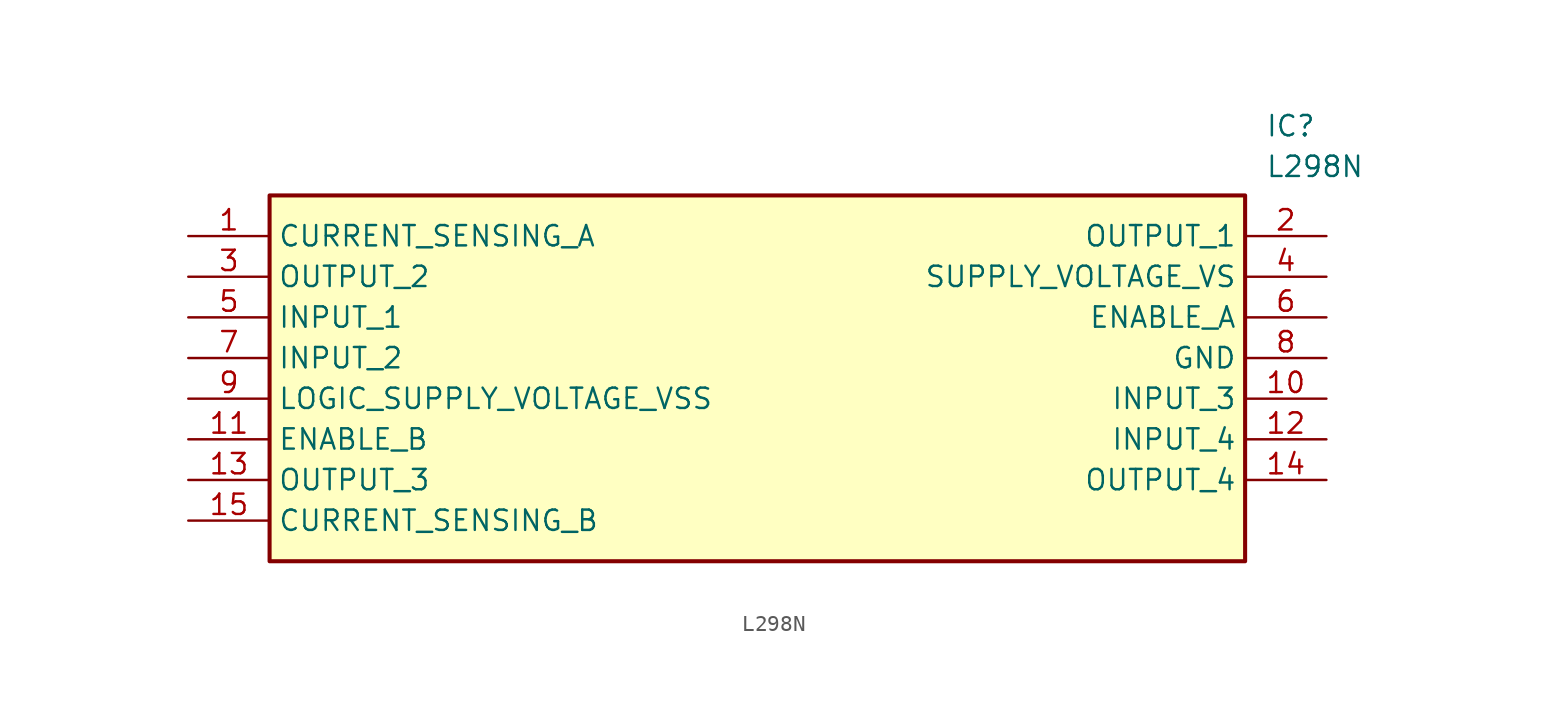
<source format=kicad_sym>
(kicad_symbol_lib
  (version 20211014)
  (generator SamacSys_ECAD_Model)
  (symbol "L298N"
    (property "Reference" "IC"
      (at 67.31 7.62 0)
      (effects (font (size 1.27 1.27)) (justify left top)))
    (property "Value" "L298N"
      (at 67.31 5.08 0)
      (effects (font (size 1.27 1.27)) (justify left top)))
    (rectangle
      (start 5.08 2.54)
      (end 66.04 -20.32)
      (stroke (width 0.254) (type default))
      (fill (type background)))
    (pin passive line
      (at 0 0 0)
      (length 5.08)
      (name "CURRENT_SENSING_A" (effects (font (size 1.27 1.27))))
      (number "1" (effects (font (size 1.27 1.27)))))
    (pin passive line
      (at 71.12 0 180)
      (length 5.08)
      (name "OUTPUT_1" (effects (font (size 1.27 1.27))))
      (number "2" (effects (font (size 1.27 1.27)))))
    (pin passive line
      (at 0 -2.54 0)
      (length 5.08)
      (name "OUTPUT_2" (effects (font (size 1.27 1.27))))
      (number "3" (effects (font (size 1.27 1.27)))))
    (pin passive line
      (at 71.12 -2.54 180)
      (length 5.08)
      (name "SUPPLY_VOLTAGE_VS" (effects (font (size 1.27 1.27))))
      (number "4" (effects (font (size 1.27 1.27)))))
    (pin passive line
      (at 0 -5.08 0)
      (length 5.08)
      (name "INPUT_1" (effects (font (size 1.27 1.27))))
      (number "5" (effects (font (size 1.27 1.27)))))
    (pin passive line
      (at 71.12 -5.08 180)
      (length 5.08)
      (name "ENABLE_A" (effects (font (size 1.27 1.27))))
      (number "6" (effects (font (size 1.27 1.27)))))
    (pin passive line
      (at 0 -7.62 0)
      (length 5.08)
      (name "INPUT_2" (effects (font (size 1.27 1.27))))
      (number "7" (effects (font (size 1.27 1.27)))))
    (pin passive line
      (at 71.12 -7.62 180)
      (length 5.08)
      (name "GND" (effects (font (size 1.27 1.27))))
      (number "8" (effects (font (size 1.27 1.27)))))
    (pin passive line
      (at 0 -10.16 0)
      (length 5.08)
      (name "LOGIC_SUPPLY_VOLTAGE_VSS" (effects (font (size 1.27 1.27))))
      (number "9" (effects (font (size 1.27 1.27)))))
    (pin passive line
      (at 71.12 -10.16 180)
      (length 5.08)
      (name "INPUT_3" (effects (font (size 1.27 1.27))))
      (number "10" (effects (font (size 1.27 1.27)))))
    (pin passive line
      (at 0 -12.7 0)
      (length 5.08)
      (name "ENABLE_B" (effects (font (size 1.27 1.27))))
      (number "11" (effects (font (size 1.27 1.27)))))
    (pin passive line
      (at 71.12 -12.7 180)
      (length 5.08)
      (name "INPUT_4" (effects (font (size 1.27 1.27))))
      (number "12" (effects (font (size 1.27 1.27)))))
    (pin passive line
      (at 0 -15.24 0)
      (length 5.08)
      (name "OUTPUT_3" (effects (font (size 1.27 1.27))))
      (number "13" (effects (font (size 1.27 1.27)))))
    (pin passive line
      (at 71.12 -15.24 180)
      (length 5.08)
      (name "OUTPUT_4" (effects (font (size 1.27 1.27))))
      (number "14" (effects (font (size 1.27 1.27)))))
    (pin passive line
      (at 0 -17.78 0)
      (length 5.08)
      (name "CURRENT_SENSING_B" (effects (font (size 1.27 1.27))))
      (number "15" (effects (font (size 1.27 1.27)))))))
</source>
